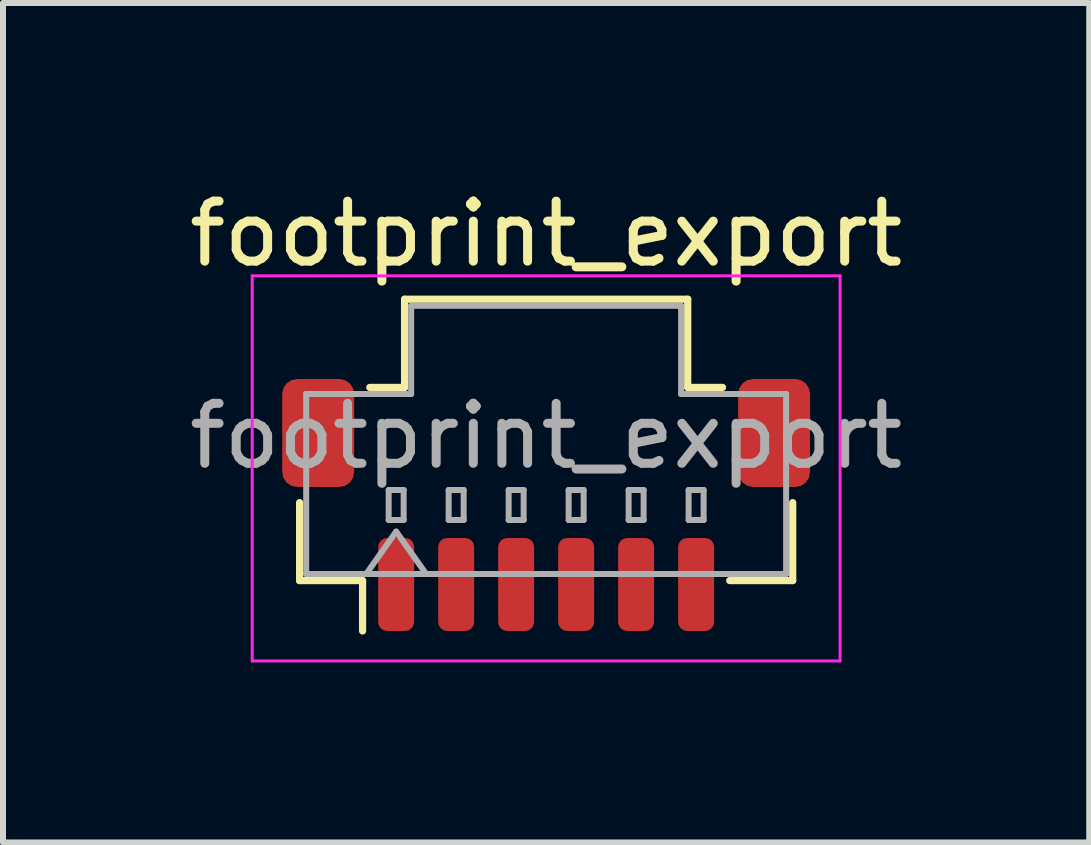
<source format=kicad_pcb>
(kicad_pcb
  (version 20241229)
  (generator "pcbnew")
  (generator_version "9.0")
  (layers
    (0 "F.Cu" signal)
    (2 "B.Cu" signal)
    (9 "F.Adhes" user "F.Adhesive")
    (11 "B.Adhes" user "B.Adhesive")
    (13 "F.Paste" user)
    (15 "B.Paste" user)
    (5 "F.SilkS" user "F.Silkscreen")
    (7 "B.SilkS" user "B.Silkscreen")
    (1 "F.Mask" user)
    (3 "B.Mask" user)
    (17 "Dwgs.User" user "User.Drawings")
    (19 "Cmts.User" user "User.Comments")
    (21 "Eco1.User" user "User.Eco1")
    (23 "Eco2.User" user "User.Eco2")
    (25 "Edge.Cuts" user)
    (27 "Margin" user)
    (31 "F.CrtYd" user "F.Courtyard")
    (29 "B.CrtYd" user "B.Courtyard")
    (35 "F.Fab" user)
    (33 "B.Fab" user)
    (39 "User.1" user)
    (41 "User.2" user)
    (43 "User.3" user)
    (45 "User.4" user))
  (footprint "footprint_export"
    (layer "F.Cu")
    (at 6.054 5.368)
    (property "Reference" "footprint_export" (at 0 -4.52 0) (layer "F.SilkS") (effects (font (size 1 1) (thickness 0.15))))
    (attr smd)
    (fp_line (start -4.11 -0.04) (end -4.11 1.26) (stroke (width 0.12) (type solid)) (layer "F.SilkS"))
    (fp_line (start -4.11 1.26) (end -3.06 1.26) (stroke (width 0.12) (type solid)) (layer "F.SilkS"))
    (fp_line (start -3.06 1.26) (end -3.06 2.1) (stroke (width 0.12) (type solid)) (layer "F.SilkS"))
    (fp_line (start -2.94 -1.96) (end -2.36 -1.96) (stroke (width 0.12) (type solid)) (layer "F.SilkS"))
    (fp_line (start -2.36 -3.43) (end 2.36 -3.43) (stroke (width 0.12) (type solid)) (layer "F.SilkS"))
    (fp_line (start -2.36 -1.96) (end -2.36 -3.43) (stroke (width 0.12) (type solid)) (layer "F.SilkS"))
    (fp_line (start 2.36 -3.43) (end 2.36 -1.96) (stroke (width 0.12) (type solid)) (layer "F.SilkS"))
    (fp_line (start 2.36 -1.96) (end 2.94 -1.96) (stroke (width 0.12) (type solid)) (layer "F.SilkS"))
    (fp_line (start 4.11 -0.04) (end 4.11 1.26) (stroke (width 0.12) (type solid)) (layer "F.SilkS"))
    (fp_line (start 4.11 1.26) (end 3.06 1.26) (stroke (width 0.12) (type solid)) (layer "F.SilkS"))
    (fp_line (start -4.9 -3.82) (end -4.9 2.6) (stroke (width 0.05) (type solid)) (layer "F.CrtYd"))
    (fp_line (start -4.9 2.6) (end 4.9 2.6) (stroke (width 0.05) (type solid)) (layer "F.CrtYd"))
    (fp_line (start 4.9 -3.82) (end -4.9 -3.82) (stroke (width 0.05) (type solid)) (layer "F.CrtYd"))
    (fp_line (start 4.9 2.6) (end 4.9 -3.82) (stroke (width 0.05) (type solid)) (layer "F.CrtYd"))
    (fp_line (start -4 -1.85) (end -2.25 -1.85) (stroke (width 0.1) (type solid)) (layer "F.Fab"))
    (fp_line (start -4 1.15) (end -4 -1.85) (stroke (width 0.1) (type solid)) (layer "F.Fab"))
    (fp_line (start -4 1.15) (end 4 1.15) (stroke (width 0.1) (type solid)) (layer "F.Fab"))
    (fp_line (start -3 1.15) (end -2.5 0.443) (stroke (width 0.1) (type solid)) (layer "F.Fab"))
    (fp_line (start -2.625 -0.25) (end -2.625 0.25) (stroke (width 0.1) (type solid)) (layer "F.Fab"))
    (fp_line (start -2.625 0.25) (end -2.375 0.25) (stroke (width 0.1) (type solid)) (layer "F.Fab"))
    (fp_line (start -2.5 0.443) (end -2 1.15) (stroke (width 0.1) (type solid)) (layer "F.Fab"))
    (fp_line (start -2.375 -0.25) (end -2.625 -0.25) (stroke (width 0.1) (type solid)) (layer "F.Fab"))
    (fp_line (start -2.375 0.25) (end -2.375 -0.25) (stroke (width 0.1) (type solid)) (layer "F.Fab"))
    (fp_line (start -2.25 -3.32) (end 2.25 -3.32) (stroke (width 0.1) (type solid)) (layer "F.Fab"))
    (fp_line (start -2.25 -1.85) (end -2.25 -3.32) (stroke (width 0.1) (type solid)) (layer "F.Fab"))
    (fp_line (start -1.625 -0.25) (end -1.625 0.25) (stroke (width 0.1) (type solid)) (layer "F.Fab"))
    (fp_line (start -1.625 0.25) (end -1.375 0.25) (stroke (width 0.1) (type solid)) (layer "F.Fab"))
    (fp_line (start -1.375 -0.25) (end -1.625 -0.25) (stroke (width 0.1) (type solid)) (layer "F.Fab"))
    (fp_line (start -1.375 0.25) (end -1.375 -0.25) (stroke (width 0.1) (type solid)) (layer "F.Fab"))
    (fp_line (start -0.625 -0.25) (end -0.625 0.25) (stroke (width 0.1) (type solid)) (layer "F.Fab"))
    (fp_line (start -0.625 0.25) (end -0.375 0.25) (stroke (width 0.1) (type solid)) (layer "F.Fab"))
    (fp_line (start -0.375 -0.25) (end -0.625 -0.25) (stroke (width 0.1) (type solid)) (layer "F.Fab"))
    (fp_line (start -0.375 0.25) (end -0.375 -0.25) (stroke (width 0.1) (type solid)) (layer "F.Fab"))
    (fp_line (start 0.375 -0.25) (end 0.375 0.25) (stroke (width 0.1) (type solid)) (layer "F.Fab"))
    (fp_line (start 0.375 0.25) (end 0.625 0.25) (stroke (width 0.1) (type solid)) (layer "F.Fab"))
    (fp_line (start 0.625 -0.25) (end 0.375 -0.25) (stroke (width 0.1) (type solid)) (layer "F.Fab"))
    (fp_line (start 0.625 0.25) (end 0.625 -0.25) (stroke (width 0.1) (type solid)) (layer "F.Fab"))
    (fp_line (start 1.375 -0.25) (end 1.375 0.25) (stroke (width 0.1) (type solid)) (layer "F.Fab"))
    (fp_line (start 1.375 0.25) (end 1.625 0.25) (stroke (width 0.1) (type solid)) (layer "F.Fab"))
    (fp_line (start 1.625 -0.25) (end 1.375 -0.25) (stroke (width 0.1) (type solid)) (layer "F.Fab"))
    (fp_line (start 1.625 0.25) (end 1.625 -0.25) (stroke (width 0.1) (type solid)) (layer "F.Fab"))
    (fp_line (start 2.25 -3.32) (end 2.25 -1.85) (stroke (width 0.1) (type solid)) (layer "F.Fab"))
    (fp_line (start 2.25 -1.85) (end 4 -1.85) (stroke (width 0.1) (type solid)) (layer "F.Fab"))
    (fp_line (start 2.375 -0.25) (end 2.375 0.25) (stroke (width 0.1) (type solid)) (layer "F.Fab"))
    (fp_line (start 2.375 0.25) (end 2.625 0.25) (stroke (width 0.1) (type solid)) (layer "F.Fab"))
    (fp_line (start 2.625 -0.25) (end 2.375 -0.25) (stroke (width 0.1) (type solid)) (layer "F.Fab"))
    (fp_line (start 2.625 0.25) (end 2.625 -0.25) (stroke (width 0.1) (type solid)) (layer "F.Fab"))
    (fp_line (start 4 1.15) (end 4 -1.85) (stroke (width 0.1) (type solid)) (layer "F.Fab"))
    (fp_text user "${REFERENCE}" (at 0 -1.15 0) (layer "F.Fab") (effects (font (size 1 1) (thickness 0.15))))
    (pad "1" smd roundrect (at -2.5 1.325) (size 0.6 1.55) (layers "F.Cu" "F.Mask" "F.Paste") (roundrect_rratio 0.25))
    (pad "2" smd roundrect (at -1.5 1.325) (size 0.6 1.55) (layers "F.Cu" "F.Mask" "F.Paste") (roundrect_rratio 0.25))
    (pad "3" smd roundrect (at -0.5 1.325) (size 0.6 1.55) (layers "F.Cu" "F.Mask" "F.Paste") (roundrect_rratio 0.25))
    (pad "4" smd roundrect (at 0.5 1.325) (size 0.6 1.55) (layers "F.Cu" "F.Mask" "F.Paste") (roundrect_rratio 0.25))
    (pad "5" smd roundrect (at 1.5 1.325) (size 0.6 1.55) (layers "F.Cu" "F.Mask" "F.Paste") (roundrect_rratio 0.25))
    (pad "6" smd roundrect (at 2.5 1.325) (size 0.6 1.55) (layers "F.Cu" "F.Mask" "F.Paste") (roundrect_rratio 0.25))
    (pad "MP" smd roundrect (at -3.8 -1.2) (size 1.2 1.8) (layers "F.Cu" "F.Mask" "F.Paste") (roundrect_rratio 0.208))
    (pad "MP" smd roundrect (at 3.8 -1.2) (size 1.2 1.8) (layers "F.Cu" "F.Mask" "F.Paste") (roundrect_rratio 0.208)))
  (gr_rect
    (start -3 -3)
    (end 15.107 10.993)
    (stroke (width 0.1) (type default))
    (fill no)
    (layer "Edge.Cuts")))
</source>
